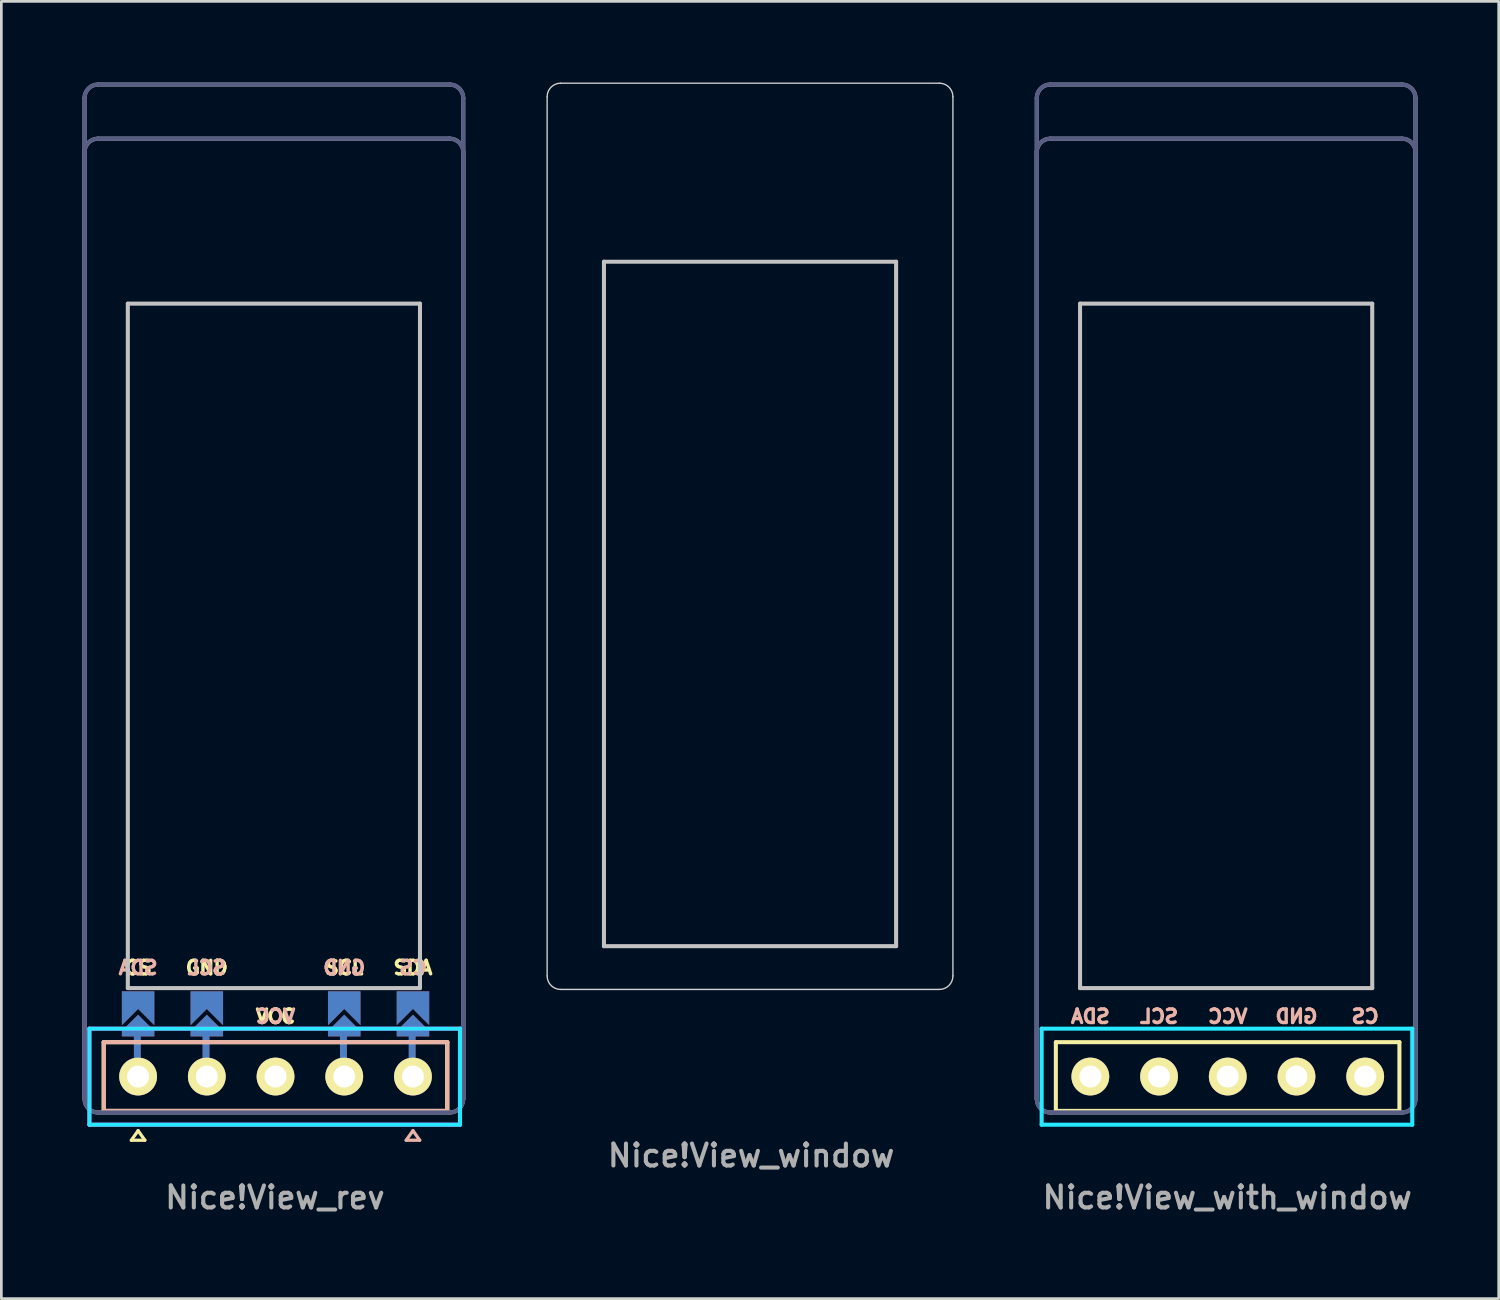
<source format=kicad_pcb>
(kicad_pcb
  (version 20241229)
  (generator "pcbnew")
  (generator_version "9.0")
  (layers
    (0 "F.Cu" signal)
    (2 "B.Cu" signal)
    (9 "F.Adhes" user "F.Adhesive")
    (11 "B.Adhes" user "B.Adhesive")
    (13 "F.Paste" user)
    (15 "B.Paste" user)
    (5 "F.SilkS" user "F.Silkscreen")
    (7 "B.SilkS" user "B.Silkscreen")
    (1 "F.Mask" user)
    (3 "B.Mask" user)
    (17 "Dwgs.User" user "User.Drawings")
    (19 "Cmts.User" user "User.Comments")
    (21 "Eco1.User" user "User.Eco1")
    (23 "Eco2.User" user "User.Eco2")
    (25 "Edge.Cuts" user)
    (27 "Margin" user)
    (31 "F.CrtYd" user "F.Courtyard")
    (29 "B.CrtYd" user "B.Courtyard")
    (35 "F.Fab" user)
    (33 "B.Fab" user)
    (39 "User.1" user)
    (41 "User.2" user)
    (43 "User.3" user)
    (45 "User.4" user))
  (footprint "Nice!View_with_window"
    (layer "F.Cu")
    (at 42.335 16.745)
    (property "Reference" "Nice!View_with_window" (at -0.02 24.47 180) (layer "F.Fab") (effects (font (size 0.813 0.813) (thickness 0.15))))
    (attr through_hole)
    (fp_line (start -6.355 18.73) (end -6.355 21.27) (stroke (width 0.15) (type solid)) (layer "F.SilkS"))
    (fp_line (start -6.355 21.27) (end 6.345 21.27) (stroke (width 0.15) (type solid)) (layer "F.SilkS"))
    (fp_line (start 6.345 18.73) (end -6.355 18.73) (stroke (width 0.15) (type solid)) (layer "F.SilkS"))
    (fp_line (start 6.345 21.27) (end 6.345 18.73) (stroke (width 0.15) (type solid)) (layer "F.SilkS"))
    (fp_line (start -5.46 16.73) (end -5.46 -8.57) (stroke (width 0.15) (type solid)) (layer "Dwgs.User"))
    (fp_line (start -5.46 16.73) (end 5.34 16.73) (stroke (width 0.15) (type solid)) (layer "Dwgs.User"))
    (fp_line (start 5.34 -8.57) (end -5.46 -8.57) (stroke (width 0.15) (type solid)) (layer "Dwgs.User"))
    (fp_line (start 5.34 16.73) (end 5.34 -8.57) (stroke (width 0.15) (type solid)) (layer "Dwgs.User"))
    (fp_line (start -6.88 18.23) (end 6.82 18.23) (stroke (width 0.15) (type solid)) (layer "B.CrtYd"))
    (fp_line (start -6.88 21.78) (end -6.88 18.23) (stroke (width 0.15) (type solid)) (layer "B.CrtYd"))
    (fp_line (start 6.82 18.23) (end 6.82 21.78) (stroke (width 0.15) (type solid)) (layer "B.CrtYd"))
    (fp_line (start 6.82 21.78) (end -6.88 21.78) (stroke (width 0.15) (type solid)) (layer "B.CrtYd"))
    (fp_line (start -7.06 -16.17) (end -7.06 20.83) (stroke (width 0.15) (type solid)) (layer "B.Fab"))
    (fp_line (start -7.06 -14.17) (end -7.06 20.83) (stroke (width 0.15) (type solid)) (layer "B.Fab"))
    (fp_line (start -6.56 21.33) (end 6.44 21.33) (stroke (width 0.15) (type solid)) (layer "B.Fab"))
    (fp_line (start 6.44 -16.67) (end -6.56 -16.67) (stroke (width 0.15) (type solid)) (layer "B.Fab"))
    (fp_line (start 6.44 -14.67) (end -6.56 -14.67) (stroke (width 0.15) (type solid)) (layer "B.Fab"))
    (fp_line (start 6.94 -16.17) (end 6.94 20.83) (stroke (width 0.15) (type solid)) (layer "B.Fab"))
    (fp_line (start 6.94 -14.17) (end 6.94 20.83) (stroke (width 0.15) (type solid)) (layer "B.Fab"))
    (fp_arc (start -7.06 -16.17) (mid -6.913553 -16.523553) (end -6.56 -16.67) (stroke (width 0.15) (type solid)) (layer "B.Fab"))
    (fp_arc (start -7.06 -14.17) (mid -6.913553 -14.523553) (end -6.56 -14.67) (stroke (width 0.15) (type solid)) (layer "B.Fab"))
    (fp_arc (start -6.56 21.33) (mid -6.913553 21.183553) (end -7.06 20.83) (stroke (width 0.15) (type solid)) (layer "B.Fab"))
    (fp_arc (start 6.44 -16.67) (mid 6.793553 -16.523553) (end 6.94 -16.17) (stroke (width 0.15) (type solid)) (layer "B.Fab"))
    (fp_arc (start 6.44 -14.67) (mid 6.793553 -14.523553) (end 6.94 -14.17) (stroke (width 0.15) (type solid)) (layer "B.Fab"))
    (fp_arc (start 6.94 20.83) (mid 6.793553 21.183553) (end 6.44 21.33) (stroke (width 0.15) (type solid)) (layer "B.Fab"))
    (fp_line (start -7.06 -16.17) (end -7.06 20.83) (stroke (width 0.15) (type solid)) (layer "F.Fab"))
    (fp_line (start -7.06 20.83) (end -7.06 -14.17) (stroke (width 0.15) (type solid)) (layer "F.Fab"))
    (fp_line (start -6.56 -16.67) (end 6.44 -16.67) (stroke (width 0.15) (type solid)) (layer "F.Fab"))
    (fp_line (start -6.56 -14.67) (end 6.44 -14.67) (stroke (width 0.15) (type solid)) (layer "F.Fab"))
    (fp_line (start 6.44 21.33) (end -6.56 21.33) (stroke (width 0.15) (type solid)) (layer "F.Fab"))
    (fp_line (start 6.94 -16.17) (end 6.94 20.83) (stroke (width 0.15) (type solid)) (layer "F.Fab"))
    (fp_line (start 6.94 20.83) (end 6.94 -14.17) (stroke (width 0.15) (type solid)) (layer "F.Fab"))
    (fp_arc (start -7.06 -16.17) (mid -6.913553 -16.523553) (end -6.56 -16.67) (stroke (width 0.15) (type solid)) (layer "F.Fab"))
    (fp_arc (start -7.06 -14.17) (mid -6.913553 -14.523553) (end -6.56 -14.67) (stroke (width 0.15) (type solid)) (layer "F.Fab"))
    (fp_arc (start -6.56 21.33) (mid -6.913553 21.183553) (end -7.06 20.83) (stroke (width 0.15) (type solid)) (layer "F.Fab"))
    (fp_arc (start 6.44 -16.67) (mid 6.793553 -16.523553) (end 6.94 -16.17) (stroke (width 0.15) (type solid)) (layer "F.Fab"))
    (fp_arc (start 6.44 -14.67) (mid 6.793553 -14.523553) (end 6.94 -14.17) (stroke (width 0.15) (type solid)) (layer "F.Fab"))
    (fp_arc (start 6.94 20.83) (mid 6.793553 21.183553) (end 6.44 21.33) (stroke (width 0.15) (type solid)) (layer "F.Fab"))
    (fp_text user "GND" (at 2.54 18.07 0) (unlocked yes) (layer "B.SilkS") (effects (font (size 0.5 0.5) (thickness 0.125) (bold yes)) (justify bottom mirror)))
    (fp_text user "SDA" (at -5.08 18.07 0) (unlocked yes) (layer "B.SilkS") (effects (font (size 0.5 0.5) (thickness 0.125) (bold yes)) (justify bottom mirror)))
    (fp_text user "VCC" (at 0 18.07 0) (unlocked yes) (layer "B.SilkS") (effects (font (size 0.5 0.5) (thickness 0.125) (bold yes)) (justify bottom mirror)))
    (fp_text user "CS" (at 5.08 18.07 0) (unlocked yes) (layer "B.SilkS") (effects (font (size 0.5 0.5) (thickness 0.125) (bold yes)) (justify bottom mirror)))
    (fp_text user "SCL" (at -2.54 18.07 0) (unlocked yes) (layer "B.SilkS") (effects (font (size 0.5 0.5) (thickness 0.125) (bold yes)) (justify bottom mirror)))
    (pad "1" thru_hole circle (at -5.08 20) (size 1.397 1.397) (drill 0.813) (layers "*.Cu" "*.Mask" "F.SilkS"))
    (pad "2" thru_hole circle (at -2.54 20) (size 1.397 1.397) (drill 0.813) (layers "*.Cu" "*.Mask" "F.SilkS"))
    (pad "3" thru_hole circle (at 0 20) (size 1.397 1.397) (drill 0.813) (layers "*.Cu" "*.Mask" "F.SilkS"))
    (pad "4" thru_hole circle (at 2.54 20) (size 1.397 1.397) (drill 0.813) (layers "*.Cu" "*.Mask" "F.SilkS"))
    (pad "5" thru_hole circle (at 5.08 20) (size 1.397 1.397) (drill 0.813) (layers "*.Cu" "*.Mask" "F.SilkS")))
  (footprint "Nice!View_window"
    (layer "F.Cu")
    (at 24.735 15.195)
    (property "Reference" "Nice!View_window" (at -0.02 24.47 180) (layer "F.Fab") (effects (font (size 0.813 0.813) (thickness 0.15))))
    (attr through_hole)
    (fp_line (start -5.46 16.73) (end -5.46 -8.57) (stroke (width 0.15) (type solid)) (layer "Dwgs.User"))
    (fp_line (start -5.46 16.73) (end 5.34 16.73) (stroke (width 0.15) (type solid)) (layer "Dwgs.User"))
    (fp_line (start 5.34 -8.57) (end -5.46 -8.57) (stroke (width 0.15) (type solid)) (layer "Dwgs.User"))
    (fp_line (start 5.34 16.73) (end 5.34 -8.57) (stroke (width 0.15) (type solid)) (layer "Dwgs.User"))
    (fp_line (start -7.56 -14.67) (end -7.56 17.83) (stroke (width 0.05) (type default)) (layer "Edge.Cuts"))
    (fp_line (start -7.06 -15.17) (end 6.94 -15.17) (stroke (width 0.05) (type solid)) (layer "Edge.Cuts"))
    (fp_line (start -7.06 18.33) (end 6.94 18.33) (stroke (width 0.05) (type solid)) (layer "Edge.Cuts"))
    (fp_line (start 7.44 -14.67) (end 7.44 17.83) (stroke (width 0.05) (type default)) (layer "Edge.Cuts"))
    (fp_arc (start -7.56 -14.67) (mid -7.413553 -15.023553) (end -7.06 -15.17) (stroke (width 0.05) (type solid)) (layer "Edge.Cuts"))
    (fp_arc (start -7.06 18.33) (mid -7.413553 18.183553) (end -7.56 17.83) (stroke (width 0.05) (type solid)) (layer "Edge.Cuts"))
    (fp_arc (start 6.94 -15.17) (mid 7.293553 -15.023553) (end 7.44 -14.67) (stroke (width 0.05) (type solid)) (layer "Edge.Cuts"))
    (fp_arc (start 7.44 17.83) (mid 7.293553 18.183553) (end 6.94 18.33) (stroke (width 0.05) (type solid)) (layer "Edge.Cuts")))
  (footprint "Nice!View_rev"
    (layer "F.Cu")
    (at 7.135 16.745)
    (property "Reference" "Nice!View_rev" (at -0.02 24.47 180) (layer "F.Fab") (effects (font (size 0.813 0.813) (thickness 0.15))))
    (attr through_hole)
    (fp_rect (start -5.588 17.354) (end -4.572 18.37) (stroke (width 0.1) (type solid)) (fill yes) (layer "F.Mask"))
    (fp_rect (start -3.048 17.354) (end -2.032 18.37) (stroke (width 0.1) (type solid)) (fill yes) (layer "F.Mask"))
    (fp_rect (start 2.032 17.354) (end 3.048 18.37) (stroke (width 0.1) (type solid)) (fill yes) (layer "F.Mask"))
    (fp_rect (start 4.572 17.354) (end 5.588 18.37) (stroke (width 0.1) (type solid)) (fill yes) (layer "F.Mask"))
    (fp_rect (start -5.588 17.354) (end -4.572 18.37) (stroke (width 0.1) (type solid)) (fill yes) (layer "B.Mask"))
    (fp_rect (start -3.048 17.354) (end -2.032 18.37) (stroke (width 0.1) (type solid)) (fill yes) (layer "B.Mask"))
    (fp_rect (start 2.032 17.354) (end 3.048 18.37) (stroke (width 0.1) (type solid)) (fill yes) (layer "B.Mask"))
    (fp_rect (start 4.572 17.354) (end 5.588 18.37) (stroke (width 0.1) (type solid)) (fill yes) (layer "B.Mask"))
    (fp_line (start -6.355 18.73) (end -6.355 21.27) (stroke (width 0.15) (type solid)) (layer "F.SilkS"))
    (fp_line (start -6.355 21.27) (end 6.345 21.27) (stroke (width 0.15) (type solid)) (layer "F.SilkS"))
    (fp_line (start -5.33 22.354) (end -4.83 22.354) (stroke (width 0.12) (type solid)) (layer "F.SilkS"))
    (fp_line (start -5.08 22) (end -5.33 22.354) (stroke (width 0.12) (type solid)) (layer "F.SilkS"))
    (fp_line (start -4.83 22.354) (end -5.08 22) (stroke (width 0.12) (type solid)) (layer "F.SilkS"))
    (fp_line (start 6.345 18.73) (end -6.355 18.73) (stroke (width 0.15) (type solid)) (layer "F.SilkS"))
    (fp_line (start 6.345 21.27) (end 6.345 18.73) (stroke (width 0.15) (type solid)) (layer "F.SilkS"))
    (fp_line (start -6.345 18.73) (end 6.355 18.73) (stroke (width 0.15) (type solid)) (layer "B.SilkS"))
    (fp_line (start -6.345 21.27) (end -6.345 18.73) (stroke (width 0.15) (type solid)) (layer "B.SilkS"))
    (fp_line (start 4.83 22.354) (end 5.08 22) (stroke (width 0.12) (type solid)) (layer "B.SilkS"))
    (fp_line (start 5.08 22) (end 5.33 22.354) (stroke (width 0.12) (type solid)) (layer "B.SilkS"))
    (fp_line (start 5.33 22.354) (end 4.83 22.354) (stroke (width 0.12) (type solid)) (layer "B.SilkS"))
    (fp_line (start 6.355 18.73) (end 6.355 21.27) (stroke (width 0.15) (type solid)) (layer "B.SilkS"))
    (fp_line (start 6.355 21.27) (end -6.345 21.27) (stroke (width 0.15) (type solid)) (layer "B.SilkS"))
    (fp_line (start -5.46 16.73) (end -5.46 -8.57) (stroke (width 0.15) (type solid)) (layer "Dwgs.User"))
    (fp_line (start -5.46 16.73) (end 5.34 16.73) (stroke (width 0.15) (type solid)) (layer "Dwgs.User"))
    (fp_line (start 5.34 -8.57) (end -5.46 -8.57) (stroke (width 0.15) (type solid)) (layer "Dwgs.User"))
    (fp_line (start 5.34 16.73) (end 5.34 -8.57) (stroke (width 0.15) (type solid)) (layer "Dwgs.User"))
    (fp_line (start -6.88 18.23) (end 6.82 18.23) (stroke (width 0.15) (type solid)) (layer "B.CrtYd"))
    (fp_line (start -6.88 21.78) (end -6.88 18.23) (stroke (width 0.15) (type solid)) (layer "B.CrtYd"))
    (fp_line (start 6.82 18.23) (end 6.82 21.78) (stroke (width 0.15) (type solid)) (layer "B.CrtYd"))
    (fp_line (start 6.82 21.78) (end -6.88 21.78) (stroke (width 0.15) (type solid)) (layer "B.CrtYd"))
    (fp_line (start -6.88 18.23) (end 6.82 18.23) (stroke (width 0.15) (type solid)) (layer "F.CrtYd"))
    (fp_line (start -6.88 21.78) (end -6.88 18.23) (stroke (width 0.15) (type solid)) (layer "F.CrtYd"))
    (fp_line (start 6.82 18.23) (end 6.82 21.78) (stroke (width 0.15) (type solid)) (layer "F.CrtYd"))
    (fp_line (start 6.82 21.78) (end -6.88 21.78) (stroke (width 0.15) (type solid)) (layer "F.CrtYd"))
    (fp_line (start -7.06 -16.17) (end -7.06 20.83) (stroke (width 0.15) (type solid)) (layer "B.Fab"))
    (fp_line (start -7.06 -14.17) (end -7.06 20.83) (stroke (width 0.15) (type solid)) (layer "B.Fab"))
    (fp_line (start -6.56 21.33) (end 6.44 21.33) (stroke (width 0.15) (type solid)) (layer "B.Fab"))
    (fp_line (start 6.44 -16.67) (end -6.56 -16.67) (stroke (width 0.15) (type solid)) (layer "B.Fab"))
    (fp_line (start 6.44 -14.67) (end -6.56 -14.67) (stroke (width 0.15) (type solid)) (layer "B.Fab"))
    (fp_line (start 6.94 -16.17) (end 6.94 20.83) (stroke (width 0.15) (type solid)) (layer "B.Fab"))
    (fp_line (start 6.94 -14.17) (end 6.94 20.83) (stroke (width 0.15) (type solid)) (layer "B.Fab"))
    (fp_arc (start -7.06 -16.17) (mid -6.913553 -16.523553) (end -6.56 -16.67) (stroke (width 0.15) (type solid)) (layer "B.Fab"))
    (fp_arc (start -7.06 -14.17) (mid -6.913553 -14.523553) (end -6.56 -14.67) (stroke (width 0.15) (type solid)) (layer "B.Fab"))
    (fp_arc (start -6.56 21.33) (mid -6.913553 21.183553) (end -7.06 20.83) (stroke (width 0.15) (type solid)) (layer "B.Fab"))
    (fp_arc (start 6.44 -16.67) (mid 6.793553 -16.523553) (end 6.94 -16.17) (stroke (width 0.15) (type solid)) (layer "B.Fab"))
    (fp_arc (start 6.44 -14.67) (mid 6.793553 -14.523553) (end 6.94 -14.17) (stroke (width 0.15) (type solid)) (layer "B.Fab"))
    (fp_arc (start 6.94 20.83) (mid 6.793553 21.183553) (end 6.44 21.33) (stroke (width 0.15) (type solid)) (layer "B.Fab"))
    (fp_line (start -7.06 -16.17) (end -7.06 20.83) (stroke (width 0.15) (type solid)) (layer "F.Fab"))
    (fp_line (start -7.06 20.83) (end -7.06 -14.17) (stroke (width 0.15) (type solid)) (layer "F.Fab"))
    (fp_line (start -6.56 -16.67) (end 6.44 -16.67) (stroke (width 0.15) (type solid)) (layer "F.Fab"))
    (fp_line (start -6.56 -14.67) (end 6.44 -14.67) (stroke (width 0.15) (type solid)) (layer "F.Fab"))
    (fp_line (start 6.44 21.33) (end -6.56 21.33) (stroke (width 0.15) (type solid)) (layer "F.Fab"))
    (fp_line (start 6.94 -16.17) (end 6.94 20.83) (stroke (width 0.15) (type solid)) (layer "F.Fab"))
    (fp_line (start 6.94 20.83) (end 6.94 -14.17) (stroke (width 0.15) (type solid)) (layer "F.Fab"))
    (fp_arc (start -7.06 -16.17) (mid -6.913553 -16.523553) (end -6.56 -16.67) (stroke (width 0.15) (type solid)) (layer "F.Fab"))
    (fp_arc (start -7.06 -14.17) (mid -6.913553 -14.523553) (end -6.56 -14.67) (stroke (width 0.15) (type solid)) (layer "F.Fab"))
    (fp_arc (start -6.56 21.33) (mid -6.913553 21.183553) (end -7.06 20.83) (stroke (width 0.15) (type solid)) (layer "F.Fab"))
    (fp_arc (start 6.44 -16.67) (mid 6.793553 -16.523553) (end 6.94 -16.17) (stroke (width 0.15) (type solid)) (layer "F.Fab"))
    (fp_arc (start 6.44 -14.67) (mid 6.793553 -14.523553) (end 6.94 -14.17) (stroke (width 0.15) (type solid)) (layer "F.Fab"))
    (fp_arc (start 6.94 20.83) (mid 6.793553 21.183553) (end 6.44 21.33) (stroke (width 0.15) (type solid)) (layer "F.Fab"))
    (fp_text user "CS" (at -5.08 16.27 0) (unlocked yes) (layer "F.SilkS") (effects (font (size 0.5 0.5) (thickness 0.125) (bold yes)) (justify bottom)))
    (fp_text user "SDA" (at 5.08 16.27 0) (unlocked yes) (layer "F.SilkS") (effects (font (size 0.5 0.5) (thickness 0.125) (bold yes)) (justify bottom)))
    (fp_text user "SCL" (at 2.54 16.27 0) (unlocked yes) (layer "F.SilkS") (effects (font (size 0.5 0.5) (thickness 0.125) (bold yes)) (justify bottom)))
    (fp_text user "GND" (at -2.54 16.27 0) (unlocked yes) (layer "F.SilkS") (effects (font (size 0.5 0.5) (thickness 0.125) (bold yes)) (justify bottom)))
    (fp_text user "VCC" (at 0 18.07 0) (unlocked yes) (layer "F.SilkS") (effects (font (size 0.5 0.5) (thickness 0.125) (bold yes)) (justify bottom)))
    (fp_text user "GND" (at 2.54 16.27 0) (unlocked yes) (layer "B.SilkS") (effects (font (size 0.5 0.5) (thickness 0.125) (bold yes)) (justify bottom mirror)))
    (fp_text user "CS" (at 5.08 16.27 0) (unlocked yes) (layer "B.SilkS") (effects (font (size 0.5 0.5) (thickness 0.125) (bold yes)) (justify bottom mirror)))
    (fp_text user "SDA" (at -5.08 16.27 0) (unlocked yes) (layer "B.SilkS") (effects (font (size 0.5 0.5) (thickness 0.125) (bold yes)) (justify bottom mirror)))
    (fp_text user "SCL" (at -2.54 16.27 0) (unlocked yes) (layer "B.SilkS") (effects (font (size 0.5 0.5) (thickness 0.125) (bold yes)) (justify bottom mirror)))
    (fp_text user "VCC" (at 0 18.07 0) (unlocked yes) (layer "B.SilkS") (effects (font (size 0.5 0.5) (thickness 0.125) (bold yes)) (justify bottom mirror)))
    (pad "" smd custom (at -5.11 18.9 180) (size 0.25 1) (layers "F.Cu") (options (anchor rect)) (primitives))
    (pad "" smd custom (at -5.11 18.9 180) (size 0.25 1) (layers "B.Cu") (options (anchor rect)) (primitives))
    (pad "" smd custom (at -5.08 18.116 180) (size 0.1 0.1) (layers "F.Cu" "F.Mask") (options (anchor rect)) (primitives (gr_poly (pts (xy 0.6 -0.4) (xy -0.6 -0.4) (xy -0.6 -0.2) (xy 0 0.4) (xy 0.6 -0.2)) (width 0) (fill yes))))
    (pad "" smd custom (at -5.08 18.116 180) (size 0.1 0.1) (layers "B.Cu" "B.Mask") (options (anchor rect)) (primitives (gr_poly (pts (xy 0.6 -0.4) (xy -0.6 -0.4) (xy -0.6 -0.2) (xy 0 0.4) (xy 0.6 -0.2)) (width 0) (fill yes))))
    (pad "" thru_hole circle (at -5.08 20) (size 1.397 1.397) (drill 0.813) (layers "*.Cu" "*.Mask" "F.SilkS"))
    (pad "" smd custom (at -2.57 18.9 180) (size 0.25 1) (layers "F.Cu") (options (anchor rect)) (primitives))
    (pad "" smd custom (at -2.57 18.9 180) (size 0.25 1) (layers "B.Cu") (options (anchor rect)) (primitives))
    (pad "" smd custom (at -2.54 18.116 180) (size 0.1 0.1) (layers "F.Cu" "F.Mask") (options (anchor rect)) (primitives (gr_poly (pts (xy 0.6 -0.4) (xy -0.6 -0.4) (xy -0.6 -0.2) (xy 0 0.4) (xy 0.6 -0.2)) (width 0) (fill yes))))
    (pad "" smd custom (at -2.54 18.116 180) (size 0.1 0.1) (layers "B.Cu" "B.Mask") (options (anchor rect)) (primitives (gr_poly (pts (xy 0.6 -0.4) (xy -0.6 -0.4) (xy -0.6 -0.2) (xy 0 0.4) (xy 0.6 -0.2)) (width 0) (fill yes))))
    (pad "" thru_hole circle (at -2.54 20) (size 1.397 1.397) (drill 0.813) (layers "*.Cu" "*.Mask" "F.SilkS"))
    (pad "" smd custom (at 2.51 18.9 180) (size 0.25 1) (layers "F.Cu") (options (anchor rect)) (primitives))
    (pad "" smd custom (at 2.51 18.9 180) (size 0.25 1) (layers "B.Cu") (options (anchor rect)) (primitives))
    (pad "" smd custom (at 2.54 18.116 180) (size 0.1 0.1) (layers "F.Cu" "F.Mask") (options (anchor rect)) (primitives (gr_poly (pts (xy 0.6 -0.4) (xy -0.6 -0.4) (xy -0.6 -0.2) (xy 0 0.4) (xy 0.6 -0.2)) (width 0) (fill yes))))
    (pad "" smd custom (at 2.54 18.116 180) (size 0.1 0.1) (layers "B.Cu" "B.Mask") (options (anchor rect)) (primitives (gr_poly (pts (xy 0.6 -0.4) (xy -0.6 -0.4) (xy -0.6 -0.2) (xy 0 0.4) (xy 0.6 -0.2)) (width 0) (fill yes))))
    (pad "" thru_hole circle (at 2.54 20) (size 1.397 1.397) (drill 0.813) (layers "*.Cu" "*.Mask" "F.SilkS"))
    (pad "" smd custom (at 5.05 18.9 180) (size 0.25 1) (layers "F.Cu") (options (anchor rect)) (primitives))
    (pad "" smd custom (at 5.05 18.9 180) (size 0.25 1) (layers "B.Cu") (options (anchor rect)) (primitives))
    (pad "" smd custom (at 5.08 18.116 180) (size 0.1 0.1) (layers "F.Cu" "F.Mask") (options (anchor rect)) (primitives (gr_poly (pts (xy 0.6 -0.4) (xy -0.6 -0.4) (xy -0.6 -0.2) (xy 0 0.4) (xy 0.6 -0.2)) (width 0) (fill yes))))
    (pad "" smd custom (at 5.08 18.116 180) (size 0.1 0.1) (layers "B.Cu" "B.Mask") (options (anchor rect)) (primitives (gr_poly (pts (xy 0.6 -0.4) (xy -0.6 -0.4) (xy -0.6 -0.2) (xy 0 0.4) (xy 0.6 -0.2)) (width 0) (fill yes))))
    (pad "" thru_hole circle (at 5.08 20) (size 1.397 1.397) (drill 0.813) (layers "*.Cu" "*.Mask" "F.SilkS"))
    (pad "CS" smd custom (at -5.08 17.1 180) (size 1.2 0.5) (layers "F.Cu" "F.Mask") (options (anchor rect)) (primitives (gr_poly (pts (xy -0.6 0) (xy 0.6 0) (xy 0.6 -1) (xy 0 -0.4) (xy -0.6 -1)) (width 0) (fill yes))))
    (pad "CS" smd custom (at 5.08 17.1 180) (size 1.2 0.5) (layers "B.Cu" "B.Mask") (options (anchor rect)) (primitives (gr_poly (pts (xy -0.6 0) (xy 0.6 0) (xy 0.6 -1) (xy 0 -0.4) (xy -0.6 -1)) (width 0) (fill yes))))
    (pad "GND" smd custom (at -2.54 17.1 180) (size 1.2 0.5) (layers "F.Cu" "F.Mask") (options (anchor rect)) (primitives (gr_poly (pts (xy -0.6 0) (xy 0.6 0) (xy 0.6 -1) (xy 0 -0.4) (xy -0.6 -1)) (width 0) (fill yes))))
    (pad "GND" smd custom (at 2.54 17.1 180) (size 1.2 0.5) (layers "B.Cu" "B.Mask") (options (anchor rect)) (primitives (gr_poly (pts (xy -0.6 0) (xy 0.6 0) (xy 0.6 -1) (xy 0 -0.4) (xy -0.6 -1)) (width 0) (fill yes))))
    (pad "MOSI" smd custom (at -5.08 17.1 180) (size 1.2 0.5) (layers "B.Cu" "B.Mask") (options (anchor rect)) (primitives (gr_poly (pts (xy -0.6 0) (xy 0.6 0) (xy 0.6 -1) (xy 0 -0.4) (xy -0.6 -1)) (width 0) (fill yes))))
    (pad "MOSI" smd custom (at 5.08 17.1 180) (size 1.2 0.5) (layers "F.Cu" "F.Mask") (options (anchor rect)) (primitives (gr_poly (pts (xy -0.6 0) (xy 0.6 0) (xy 0.6 -1) (xy 0 -0.4) (xy -0.6 -1)) (width 0) (fill yes))))
    (pad "SCK" smd custom (at -2.54 17.1 180) (size 1.2 0.5) (layers "B.Cu" "B.Mask") (options (anchor rect)) (primitives (gr_poly (pts (xy -0.6 0) (xy 0.6 0) (xy 0.6 -1) (xy 0 -0.4) (xy -0.6 -1)) (width 0) (fill yes))))
    (pad "SCK" smd custom (at 2.54 17.1 180) (size 1.2 0.5) (layers "F.Cu" "F.Mask") (options (anchor rect)) (primitives (gr_poly (pts (xy -0.6 0) (xy 0.6 0) (xy 0.6 -1) (xy 0 -0.4) (xy -0.6 -1)) (width 0) (fill yes))))
    (pad "VCC" thru_hole circle (at 0 20) (size 1.397 1.397) (drill 0.813) (layers "*.Cu" "*.Mask" "F.SilkS")))
  (gr_rect
    (start -3 -3)
    (end 52.35 44.954)
    (stroke (width 0.1) (type default))
    (fill no)
    (layer "Edge.Cuts")))
</source>
